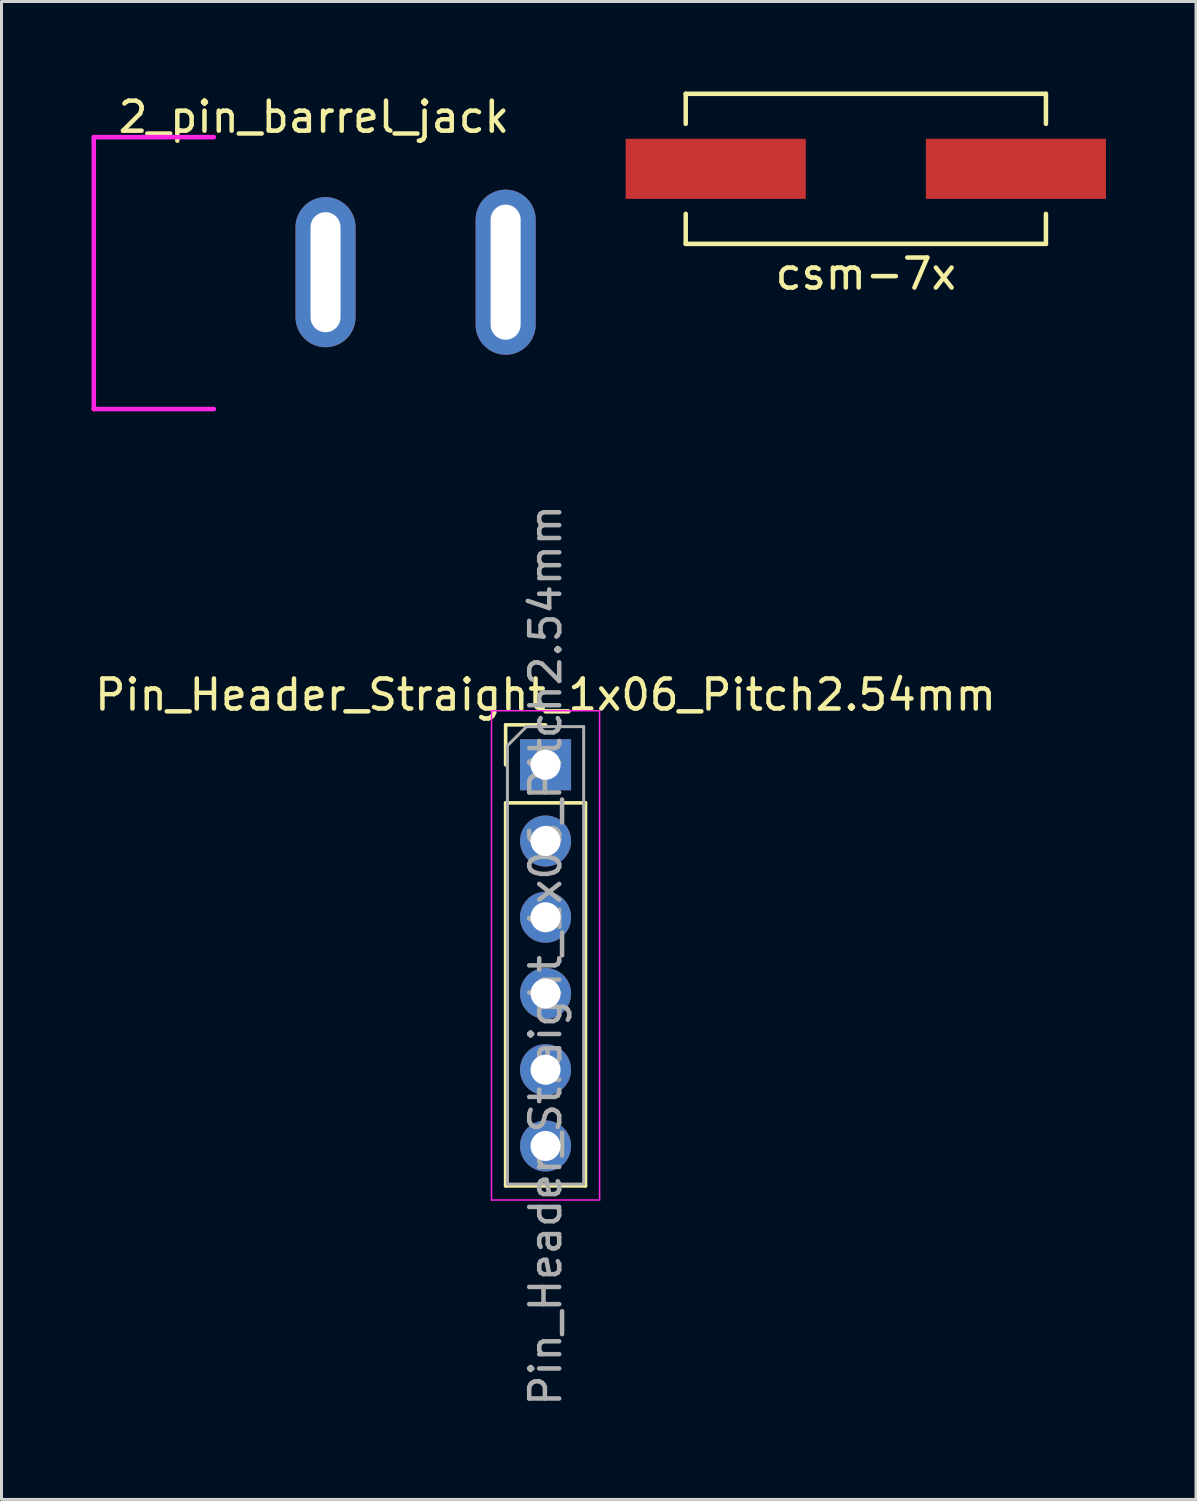
<source format=kicad_pcb>
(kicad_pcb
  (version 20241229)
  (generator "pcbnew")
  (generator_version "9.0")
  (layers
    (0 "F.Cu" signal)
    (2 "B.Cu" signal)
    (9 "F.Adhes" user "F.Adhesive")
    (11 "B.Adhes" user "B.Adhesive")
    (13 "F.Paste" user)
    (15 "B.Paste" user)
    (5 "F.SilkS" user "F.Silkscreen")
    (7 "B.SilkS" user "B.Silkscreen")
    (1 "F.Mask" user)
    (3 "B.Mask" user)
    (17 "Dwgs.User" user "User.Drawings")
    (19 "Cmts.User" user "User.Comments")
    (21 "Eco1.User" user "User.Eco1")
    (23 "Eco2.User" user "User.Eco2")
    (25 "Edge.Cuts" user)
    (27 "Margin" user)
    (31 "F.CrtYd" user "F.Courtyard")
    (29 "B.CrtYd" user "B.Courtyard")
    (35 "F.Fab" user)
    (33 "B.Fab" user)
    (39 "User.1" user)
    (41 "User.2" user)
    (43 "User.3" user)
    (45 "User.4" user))
  (footprint "csm-7x"
    (layer "F.Cu")
    (at 25.795 2.575)
    (property "Reference" "csm-7x" (at 0 3.5 0) (layer "F.SilkS") (effects (font (size 1 1) (thickness 0.15))))
    (attr smd)
    (fp_line (start -6 -2.5) (end -6 -1.5) (stroke (width 0.15) (type solid)) (layer "F.SilkS"))
    (fp_line (start -6 2.5) (end -6 1.5) (stroke (width 0.15) (type solid)) (layer "F.SilkS"))
    (fp_line (start -6 2.5) (end 6 2.5) (stroke (width 0.15) (type solid)) (layer "F.SilkS"))
    (fp_line (start 6 -2.5) (end -6 -2.5) (stroke (width 0.15) (type solid)) (layer "F.SilkS"))
    (fp_line (start 6 -2.5) (end 6 -1.5) (stroke (width 0.15) (type solid)) (layer "F.SilkS"))
    (fp_line (start 6 2.5) (end 6 1.5) (stroke (width 0.15) (type solid)) (layer "F.SilkS"))
    (pad "1" smd rect (at 5 0) (size 6 2) (layers "F.Cu" "F.Mask" "F.Paste"))
    (pad "2" smd rect (at -5 0) (size 6 2) (layers "F.Cu" "F.Mask" "F.Paste")))
  (footprint "2_pin_barrel_jack"
    (layer "F.Cu")
    (at 7.795 6.018)
    (property "Reference" "2_pin_barrel_jack" (at -0.39 -5.17 0) (layer "F.SilkS") (effects (font (size 1 1) (thickness 0.15))))
    (attr through_hole)
    (fp_line (start -7.72 -4.5) (end -7.72 4.56) (stroke (width 0.15) (type solid)) (layer "F.CrtYd"))
    (fp_line (start -7.72 -4.5) (end -3.72 -4.5) (stroke (width 0.15) (type solid)) (layer "F.CrtYd"))
    (fp_line (start -7.72 4.56) (end -3.72 4.56) (stroke (width 0.15) (type solid)) (layer "F.CrtYd"))
    (pad "1" thru_hole oval (at 6 0) (size 2 5.5) (drill oval 1 4.5) (layers "*.Cu" "*.Mask"))
    (pad "2" thru_hole oval (at 0 0) (size 2 5) (drill oval 1 4) (layers "*.Cu" "*.Mask")))
  (footprint "Pin_Header_Straight_1x06_Pitch2.54mm"
    (layer "F.Cu")
    (at 15.125 22.428)
    (property "Reference" "Pin_Header_Straight_1x06_Pitch2.54mm" (at 0 -2.33 0) (layer "F.SilkS") (effects (font (size 1 1) (thickness 0.15))))
    (attr through_hole)
    (fp_line (start -1.33 -1.33) (end 0 -1.33) (stroke (width 0.12) (type solid)) (layer "F.SilkS"))
    (fp_line (start -1.33 0) (end -1.33 -1.33) (stroke (width 0.12) (type solid)) (layer "F.SilkS"))
    (fp_line (start -1.33 1.27) (end -1.33 14.03) (stroke (width 0.12) (type solid)) (layer "F.SilkS"))
    (fp_line (start -1.33 1.27) (end 1.33 1.27) (stroke (width 0.12) (type solid)) (layer "F.SilkS"))
    (fp_line (start -1.33 14.03) (end 1.33 14.03) (stroke (width 0.12) (type solid)) (layer "F.SilkS"))
    (fp_line (start 1.33 1.27) (end 1.33 14.03) (stroke (width 0.12) (type solid)) (layer "F.SilkS"))
    (fp_line (start -1.8 -1.8) (end -1.8 14.5) (stroke (width 0.05) (type solid)) (layer "F.CrtYd"))
    (fp_line (start -1.8 14.5) (end 1.8 14.5) (stroke (width 0.05) (type solid)) (layer "F.CrtYd"))
    (fp_line (start 1.8 -1.8) (end -1.8 -1.8) (stroke (width 0.05) (type solid)) (layer "F.CrtYd"))
    (fp_line (start 1.8 14.5) (end 1.8 -1.8) (stroke (width 0.05) (type solid)) (layer "F.CrtYd"))
    (fp_line (start -1.27 -0.635) (end -0.635 -1.27) (stroke (width 0.1) (type solid)) (layer "F.Fab"))
    (fp_line (start -1.27 13.97) (end -1.27 -0.635) (stroke (width 0.1) (type solid)) (layer "F.Fab"))
    (fp_line (start -0.635 -1.27) (end 1.27 -1.27) (stroke (width 0.1) (type solid)) (layer "F.Fab"))
    (fp_line (start 1.27 -1.27) (end 1.27 13.97) (stroke (width 0.1) (type solid)) (layer "F.Fab"))
    (fp_line (start 1.27 13.97) (end -1.27 13.97) (stroke (width 0.1) (type solid)) (layer "F.Fab"))
    (fp_text user "${REFERENCE}" (at 0 6.35 90) (layer "F.Fab") (effects (font (size 1 1) (thickness 0.15))))
    (pad "1" thru_hole rect (at 0 0) (size 1.7 1.7) (drill 1) (layers "*.Cu" "*.Mask"))
    (pad "2" thru_hole oval (at 0 2.54) (size 1.7 1.7) (drill 1) (layers "*.Cu" "*.Mask"))
    (pad "3" thru_hole oval (at 0 5.08) (size 1.7 1.7) (drill 1) (layers "*.Cu" "*.Mask"))
    (pad "4" thru_hole oval (at 0 7.62) (size 1.7 1.7) (drill 1) (layers "*.Cu" "*.Mask"))
    (pad "5" thru_hole oval (at 0 10.16) (size 1.7 1.7) (drill 1) (layers "*.Cu" "*.Mask"))
    (pad "6" thru_hole oval (at 0 12.7) (size 1.7 1.7) (drill 1) (layers "*.Cu" "*.Mask")))
  (gr_rect
    (start -3 -3)
    (end 36.795 46.903)
    (stroke (width 0.1) (type default))
    (fill no)
    (layer "Edge.Cuts")))
</source>
